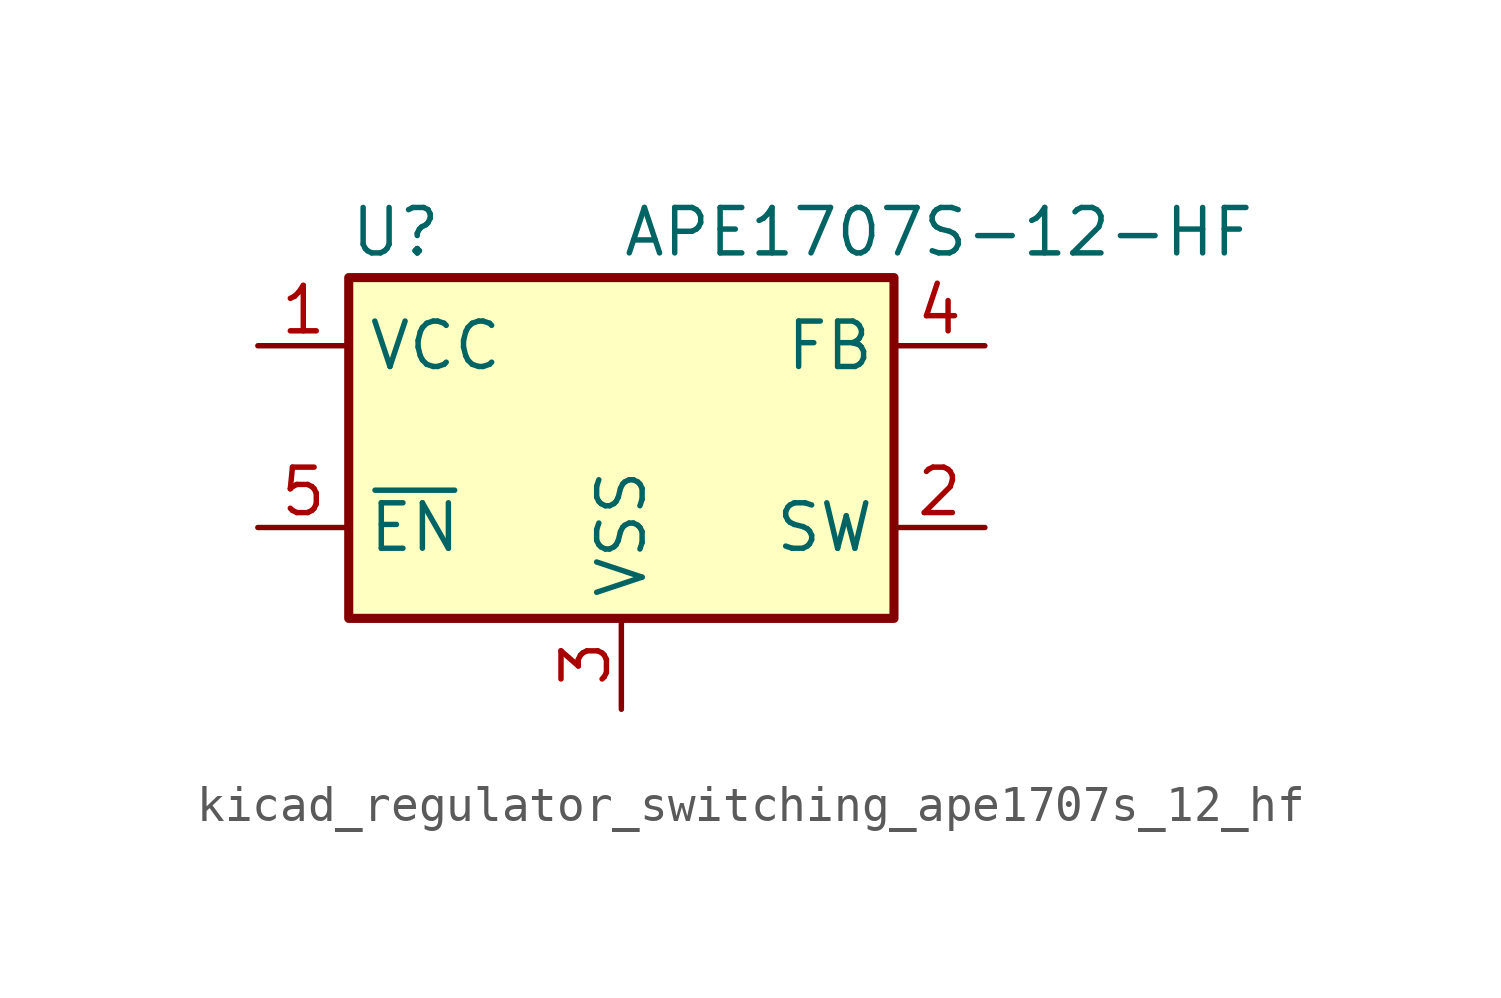
<source format=kicad_sym>
(kicad_symbol_lib
  (version 20220914)
  (generator kicad_symbol_editor)
  (symbol "kicad_regulator_switching_ape1707s_12_hf"
    (property "Reference" "U"
      (at -7.62 5.715 0)
      (effects (font (size 1.27 1.27)) (justify left)))
    (property "Value" "APE1707S-12-HF"
      (at 0 5.715 0)
      (effects (font (size 1.27 1.27)) (justify left)))
    (symbol "kicad_regulator_switching_ape1707s_12_hf_0_1"
      (rectangle (start -7.62 4.445) (end 7.62 -5.08) (stroke (width 0.254) (type default)) (fill (type background))))
    (symbol "kicad_regulator_switching_ape1707s_12_hf_1_1"
      (pin power_in line (at -10.16 2.54 0) (length 2.54) (name "VCC" (effects (font (size 1.27 1.27)))) (number "1" (effects (font (size 1.27 1.27)))))
      (pin output line (at 10.16 -2.54 180) (length 2.54) (name "SW" (effects (font (size 1.27 1.27)))) (number "2" (effects (font (size 1.27 1.27)))))
      (pin power_in line (at 0 -7.62 90) (length 2.54) (name "VSS" (effects (font (size 1.27 1.27)))) (number "3" (effects (font (size 1.27 1.27)))))
      (pin input line (at 10.16 2.54 180) (length 2.54) (name "FB" (effects (font (size 1.27 1.27)))) (number "4" (effects (font (size 1.27 1.27)))))
      (pin input line (at -10.16 -2.54 0) (length 2.54) (name "~{EN}" (effects (font (size 1.27 1.27)))) (number "5" (effects (font (size 1.27 1.27))))))))
</source>
